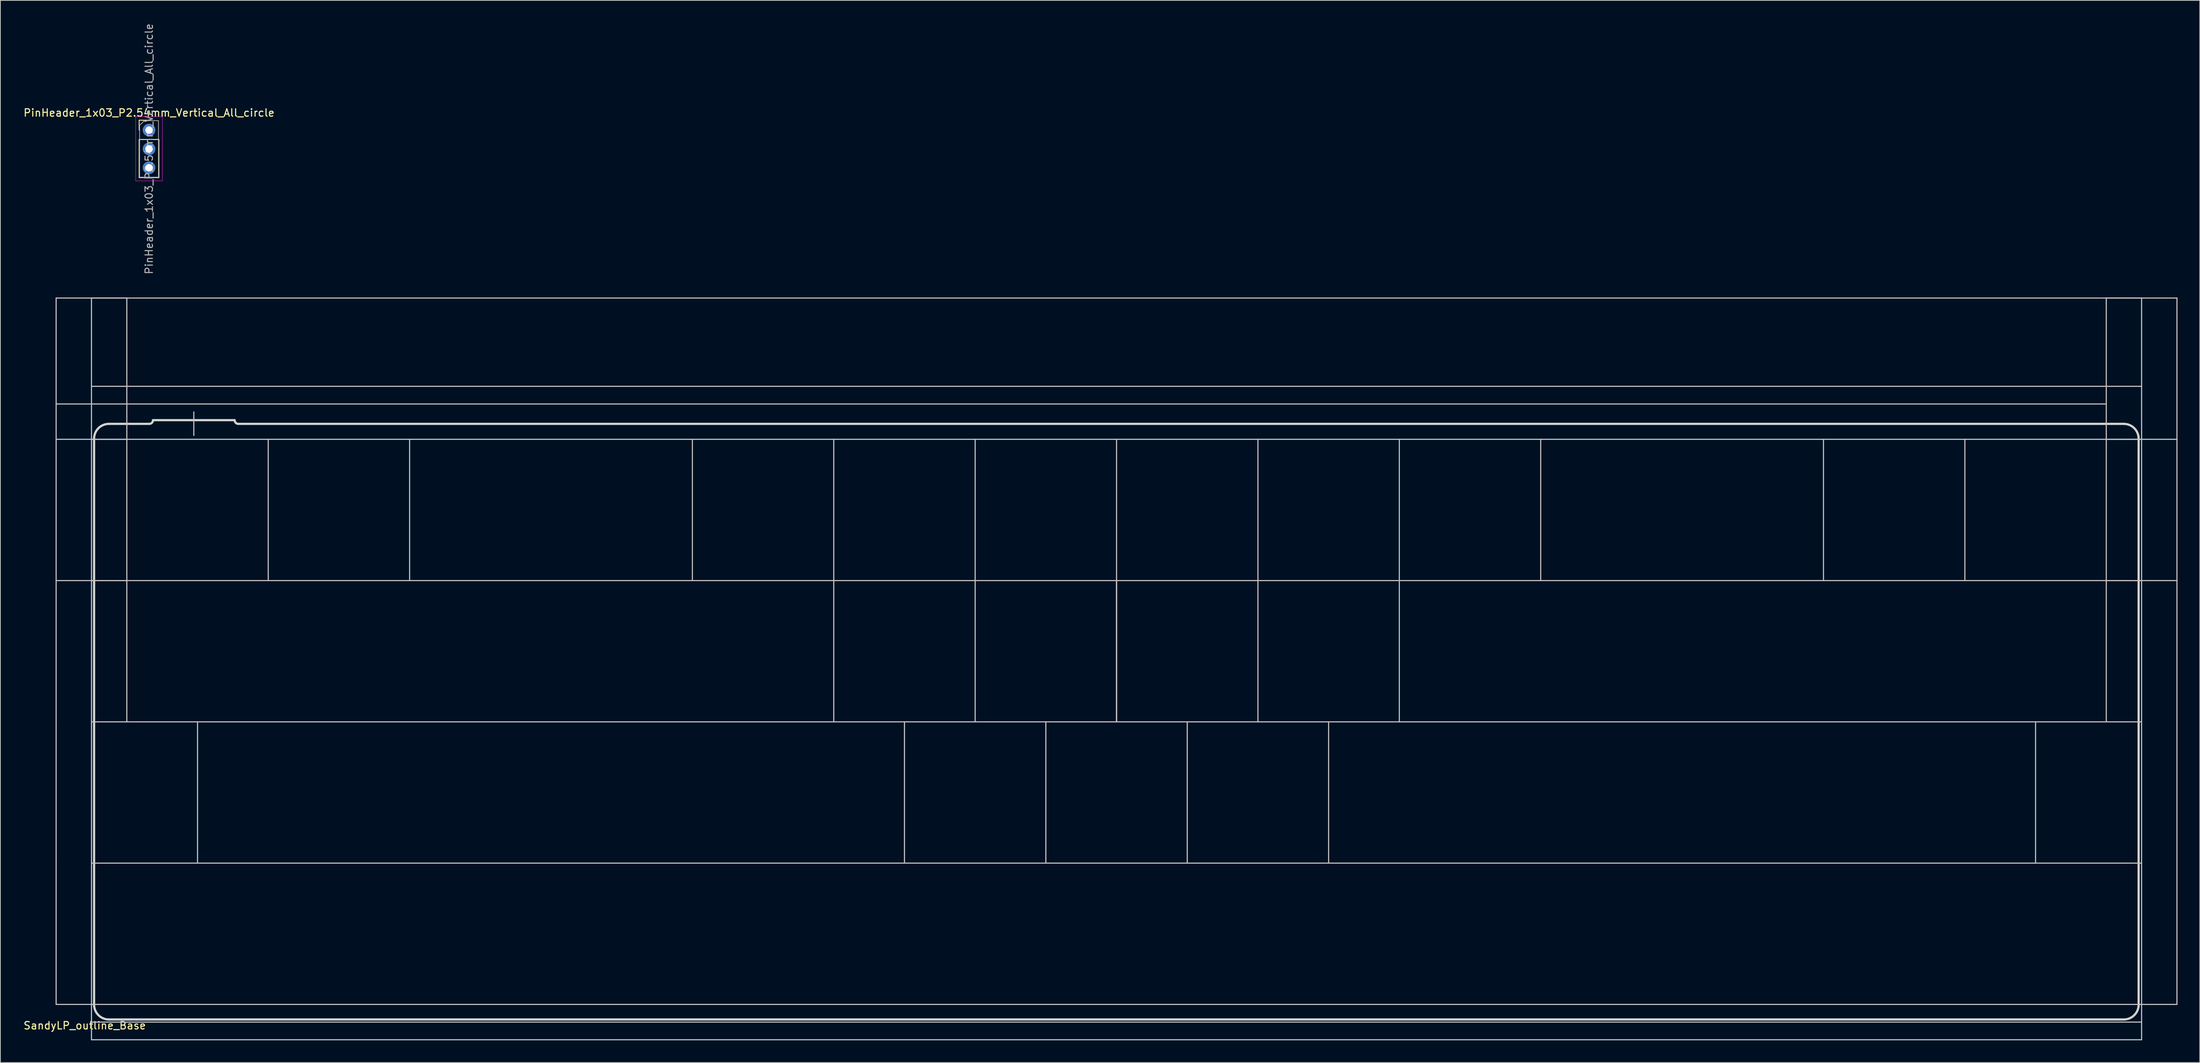
<source format=kicad_pcb>
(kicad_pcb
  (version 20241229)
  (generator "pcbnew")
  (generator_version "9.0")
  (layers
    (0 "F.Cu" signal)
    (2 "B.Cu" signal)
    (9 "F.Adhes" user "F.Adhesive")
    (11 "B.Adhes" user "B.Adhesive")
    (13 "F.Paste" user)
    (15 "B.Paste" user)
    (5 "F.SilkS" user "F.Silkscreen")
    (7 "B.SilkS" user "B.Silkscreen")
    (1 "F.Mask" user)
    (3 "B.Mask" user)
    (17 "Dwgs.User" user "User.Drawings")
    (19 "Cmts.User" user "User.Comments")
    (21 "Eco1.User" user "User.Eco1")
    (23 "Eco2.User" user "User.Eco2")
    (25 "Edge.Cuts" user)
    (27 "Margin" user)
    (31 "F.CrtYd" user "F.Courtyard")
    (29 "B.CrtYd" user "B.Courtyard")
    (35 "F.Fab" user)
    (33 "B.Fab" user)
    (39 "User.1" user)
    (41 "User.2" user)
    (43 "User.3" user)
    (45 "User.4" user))
  (footprint "PinHeader_1x03_P2.54mm_Vertical_All_circle"
    (layer "F.Cu")
    (at 17.03 14.49)
    (property "Reference" "PinHeader_1x03_P2.54mm_Vertical_All_circle" (at 0 -2.33 0) (layer "F.SilkS") (effects (font (size 1 1) (thickness 0.15))))
    (attr through_hole)
    (fp_line (start -1.33 -1.33) (end 0 -1.33) (stroke (width 0.12) (type solid)) (layer "F.SilkS"))
    (fp_line (start -1.33 0) (end -1.33 -1.33) (stroke (width 0.12) (type solid)) (layer "F.SilkS"))
    (fp_line (start -1.33 1.27) (end -1.33 6.41) (stroke (width 0.12) (type solid)) (layer "F.SilkS"))
    (fp_line (start -1.33 1.27) (end 1.33 1.27) (stroke (width 0.12) (type solid)) (layer "F.SilkS"))
    (fp_line (start -1.33 6.41) (end 1.33 6.41) (stroke (width 0.12) (type solid)) (layer "F.SilkS"))
    (fp_line (start 1.33 1.27) (end 1.33 6.41) (stroke (width 0.12) (type solid)) (layer "F.SilkS"))
    (fp_line (start -1.8 -1.8) (end -1.8 6.85) (stroke (width 0.05) (type solid)) (layer "F.CrtYd"))
    (fp_line (start -1.8 6.85) (end 1.8 6.85) (stroke (width 0.05) (type solid)) (layer "F.CrtYd"))
    (fp_line (start 1.8 -1.8) (end -1.8 -1.8) (stroke (width 0.05) (type solid)) (layer "F.CrtYd"))
    (fp_line (start 1.8 6.85) (end 1.8 -1.8) (stroke (width 0.05) (type solid)) (layer "F.CrtYd"))
    (fp_line (start -1.27 -0.635) (end -0.635 -1.27) (stroke (width 0.1) (type solid)) (layer "F.Fab"))
    (fp_line (start -1.27 6.35) (end -1.27 -0.635) (stroke (width 0.1) (type solid)) (layer "F.Fab"))
    (fp_line (start -0.635 -1.27) (end 1.27 -1.27) (stroke (width 0.1) (type solid)) (layer "F.Fab"))
    (fp_line (start 1.27 -1.27) (end 1.27 6.35) (stroke (width 0.1) (type solid)) (layer "F.Fab"))
    (fp_line (start 1.27 6.35) (end -1.27 6.35) (stroke (width 0.1) (type solid)) (layer "F.Fab"))
    (fp_text user "${REFERENCE}" (at 0 2.54 270) (layer "F.Fab") (effects (font (size 1 1) (thickness 0.15))))
    (pad "1" thru_hole circle (at 0 0) (size 1.7 1.7) (drill 1) (layers "*.Cu" "*.Mask"))
    (pad "2" thru_hole oval (at 0 2.54) (size 1.7 1.7) (drill 1) (layers "*.Cu" "*.Mask"))
    (pad "3" thru_hole oval (at 0 5.08) (size 1.7 1.7) (drill 1) (layers "*.Cu" "*.Mask")))
  (footprint "SandyLP_outline_Base"
    (layer "F.Cu")
    (at 147.388 103.81)
    (property "Reference" "SandyLP_outline_Base" (at -139.025 31.425 0) (layer "F.SilkS") (effects (font (size 1 1) (thickness 0.15))))
    (attr through_hole)
    (fp_line (start -142.875 -66.675) (end -133.35 -66.675) (stroke (width 0.15) (type solid)) (layer "Dwgs.User"))
    (fp_line (start -142.875 -47.625) (end -142.875 -66.675) (stroke (width 0.15) (type solid)) (layer "Dwgs.User"))
    (fp_line (start -142.875 -47.625) (end -133.35 -47.625) (stroke (width 0.15) (type solid)) (layer "Dwgs.User"))
    (fp_line (start -142.875 -28.575) (end -142.875 -47.625) (stroke (width 0.15) (type solid)) (layer "Dwgs.User"))
    (fp_line (start -142.875 -28.575) (end -133.35 -28.575) (stroke (width 0.15) (type solid)) (layer "Dwgs.User"))
    (fp_line (start -142.875 -9.525) (end -142.875 -28.575) (stroke (width 0.15) (type solid)) (layer "Dwgs.User"))
    (fp_line (start -142.875 9.525) (end -142.875 -9.525) (stroke (width 0.15) (type solid)) (layer "Dwgs.User"))
    (fp_line (start -142.875 28.575) (end -142.875 9.525) (stroke (width 0.15) (type solid)) (layer "Dwgs.User"))
    (fp_line (start -138.113 -47.625) (end -138.113 -66.675) (stroke (width 0.15) (type solid)) (layer "Dwgs.User"))
    (fp_line (start -138.113 -28.575) (end -138.113 -47.625) (stroke (width 0.15) (type solid)) (layer "Dwgs.User"))
    (fp_line (start -138.113 -9.525) (end -138.113 -28.575) (stroke (width 0.15) (type solid)) (layer "Dwgs.User"))
    (fp_line (start -138.113 9.525) (end -138.113 -9.525) (stroke (width 0.15) (type solid)) (layer "Dwgs.User"))
    (fp_line (start -138.113 28.575) (end -138.113 9.525) (stroke (width 0.15) (type solid)) (layer "Dwgs.User"))
    (fp_line (start -138.113 33.337) (end -138.113 28.575) (stroke (width 0.15) (type solid)) (layer "Dwgs.User"))
    (fp_line (start -133.35 -47.625) (end -133.35 -66.675) (stroke (width 0.15) (type solid)) (layer "Dwgs.User"))
    (fp_line (start -133.35 -28.575) (end -133.35 -47.625) (stroke (width 0.15) (type solid)) (layer "Dwgs.User"))
    (fp_line (start -133.35 -9.525) (end -133.35 -28.575) (stroke (width 0.15) (type solid)) (layer "Dwgs.User"))
    (fp_line (start -124.325 -51.306) (end -124.325 -48.156) (stroke (width 0.15) (type solid)) (layer "Dwgs.User"))
    (fp_line (start -123.825 9.525) (end -123.825 -9.525) (stroke (width 0.15) (type solid)) (layer "Dwgs.User"))
    (fp_line (start -114.3 -28.575) (end -114.3 -47.625) (stroke (width 0.15) (type solid)) (layer "Dwgs.User"))
    (fp_line (start -95.25 -28.575) (end -95.25 -47.625) (stroke (width 0.15) (type solid)) (layer "Dwgs.User"))
    (fp_line (start -57.15 -28.575) (end -57.15 -47.625) (stroke (width 0.15) (type solid)) (layer "Dwgs.User"))
    (fp_line (start -38.1 -28.575) (end -38.1 -47.625) (stroke (width 0.15) (type solid)) (layer "Dwgs.User"))
    (fp_line (start -38.1 -9.525) (end -38.1 -28.575) (stroke (width 0.15) (type solid)) (layer "Dwgs.User"))
    (fp_line (start -28.575 9.525) (end -28.575 -9.525) (stroke (width 0.15) (type solid)) (layer "Dwgs.User"))
    (fp_line (start -19.05 -28.575) (end -19.05 -47.625) (stroke (width 0.15) (type solid)) (layer "Dwgs.User"))
    (fp_line (start -19.05 -9.525) (end -19.05 -28.575) (stroke (width 0.15) (type solid)) (layer "Dwgs.User"))
    (fp_line (start -9.525 9.525) (end -9.525 -9.525) (stroke (width 0.15) (type solid)) (layer "Dwgs.User"))
    (fp_line (start 0 -28.575) (end 0 -47.625) (stroke (width 0.15) (type solid)) (layer "Dwgs.User"))
    (fp_line (start 0 -28.575) (end 0 -9.525) (stroke (width 0.15) (type solid)) (layer "Dwgs.User"))
    (fp_line (start 0 -9.525) (end 0 -28.575) (stroke (width 0.15) (type solid)) (layer "Dwgs.User"))
    (fp_line (start 0 -9.525) (end 0 -28.575) (stroke (width 0.15) (type solid)) (layer "Dwgs.User"))
    (fp_line (start 9.525 9.525) (end 9.525 -9.525) (stroke (width 0.15) (type solid)) (layer "Dwgs.User"))
    (fp_line (start 19.05 -28.575) (end 19.05 -47.625) (stroke (width 0.15) (type solid)) (layer "Dwgs.User"))
    (fp_line (start 19.05 -9.525) (end 19.05 -28.575) (stroke (width 0.15) (type solid)) (layer "Dwgs.User"))
    (fp_line (start 28.575 9.525) (end 28.575 -9.525) (stroke (width 0.15) (type solid)) (layer "Dwgs.User"))
    (fp_line (start 38.1 -28.575) (end 38.1 -47.625) (stroke (width 0.15) (type solid)) (layer "Dwgs.User"))
    (fp_line (start 38.1 -9.525) (end 38.1 -28.575) (stroke (width 0.15) (type solid)) (layer "Dwgs.User"))
    (fp_line (start 57.15 -28.575) (end 57.15 -47.625) (stroke (width 0.15) (type solid)) (layer "Dwgs.User"))
    (fp_line (start 95.25 -28.575) (end 95.25 -47.625) (stroke (width 0.15) (type solid)) (layer "Dwgs.User"))
    (fp_line (start 114.3 -28.575) (end 114.3 -47.625) (stroke (width 0.15) (type solid)) (layer "Dwgs.User"))
    (fp_line (start 123.825 9.525) (end 123.825 -9.525) (stroke (width 0.15) (type solid)) (layer "Dwgs.User"))
    (fp_line (start 133.35 -52.388) (end -142.875 -52.388) (stroke (width 0.15) (type solid)) (layer "Dwgs.User"))
    (fp_line (start 133.35 -47.625) (end 133.35 -66.675) (stroke (width 0.15) (type solid)) (layer "Dwgs.User"))
    (fp_line (start 133.35 -28.575) (end 133.35 -47.625) (stroke (width 0.15) (type solid)) (layer "Dwgs.User"))
    (fp_line (start 133.35 -9.525) (end 133.35 -28.575) (stroke (width 0.15) (type solid)) (layer "Dwgs.User"))
    (fp_line (start 138.113 -66.675) (end -138.113 -66.675) (stroke (width 0.15) (type solid)) (layer "Dwgs.User"))
    (fp_line (start 138.113 -54.769) (end -138.113 -54.769) (stroke (width 0.15) (type solid)) (layer "Dwgs.User"))
    (fp_line (start 138.113 -47.625) (end -138.113 -47.625) (stroke (width 0.15) (type solid)) (layer "Dwgs.User"))
    (fp_line (start 138.113 -47.625) (end 138.113 -66.675) (stroke (width 0.15) (type solid)) (layer "Dwgs.User"))
    (fp_line (start 138.113 -28.575) (end -138.113 -28.575) (stroke (width 0.15) (type solid)) (layer "Dwgs.User"))
    (fp_line (start 138.113 -28.575) (end 138.113 -47.625) (stroke (width 0.15) (type solid)) (layer "Dwgs.User"))
    (fp_line (start 138.113 -9.525) (end -138.113 -9.525) (stroke (width 0.15) (type solid)) (layer "Dwgs.User"))
    (fp_line (start 138.113 -9.525) (end 138.113 -28.575) (stroke (width 0.15) (type solid)) (layer "Dwgs.User"))
    (fp_line (start 138.113 9.525) (end -138.113 9.525) (stroke (width 0.15) (type solid)) (layer "Dwgs.User"))
    (fp_line (start 138.113 9.525) (end 138.113 -9.525) (stroke (width 0.15) (type solid)) (layer "Dwgs.User"))
    (fp_line (start 138.113 28.575) (end 138.113 9.525) (stroke (width 0.15) (type solid)) (layer "Dwgs.User"))
    (fp_line (start 138.113 30.956) (end -138.113 30.956) (stroke (width 0.15) (type solid)) (layer "Dwgs.User"))
    (fp_line (start 138.113 33.337) (end -138.113 33.337) (stroke (width 0.15) (type solid)) (layer "Dwgs.User"))
    (fp_line (start 138.113 33.337) (end 138.113 28.575) (stroke (width 0.15) (type solid)) (layer "Dwgs.User"))
    (fp_line (start 142.875 -66.675) (end 133.35 -66.675) (stroke (width 0.15) (type solid)) (layer "Dwgs.User"))
    (fp_line (start 142.875 -66.675) (end 142.875 -47.625) (stroke (width 0.15) (type solid)) (layer "Dwgs.User"))
    (fp_line (start 142.875 -47.625) (end 133.35 -47.625) (stroke (width 0.15) (type solid)) (layer "Dwgs.User"))
    (fp_line (start 142.875 -47.625) (end 142.875 -28.575) (stroke (width 0.15) (type solid)) (layer "Dwgs.User"))
    (fp_line (start 142.875 -28.575) (end 133.35 -28.575) (stroke (width 0.15) (type solid)) (layer "Dwgs.User"))
    (fp_line (start 142.875 -9.525) (end 142.875 -28.575) (stroke (width 0.15) (type solid)) (layer "Dwgs.User"))
    (fp_line (start 142.875 9.525) (end 142.875 -9.525) (stroke (width 0.15) (type solid)) (layer "Dwgs.User"))
    (fp_line (start 142.875 28.575) (end -142.875 28.575) (stroke (width 0.15) (type solid)) (layer "Dwgs.User"))
    (fp_line (start 142.875 28.575) (end 142.875 9.525) (stroke (width 0.15) (type solid)) (layer "Dwgs.User"))
    (fp_line (start -137.762 28.606) (end -137.762 -47.706) (stroke (width 0.3) (type solid)) (layer "Edge.Cuts"))
    (fp_line (start -135.762 -49.706) (end -130.325 -49.706) (stroke (width 0.3) (type solid)) (layer "Edge.Cuts"))
    (fp_line (start -129.825 -50.206) (end -118.825 -50.206) (stroke (width 0.3) (type solid)) (layer "Edge.Cuts"))
    (fp_line (start 135.713 -49.706) (end -118.325 -49.706) (stroke (width 0.3) (type solid)) (layer "Edge.Cuts"))
    (fp_line (start 135.713 30.606) (end -135.762 30.606) (stroke (width 0.3) (type solid)) (layer "Edge.Cuts"))
    (fp_line (start 137.713 28.606) (end 137.713 -47.706) (stroke (width 0.3) (type solid)) (layer "Edge.Cuts"))
    (fp_arc (start -137.7625 -47.70629) (mid -137.176714 -49.120504) (end -135.7625 -49.70629) (stroke (width 0.3) (type solid)) (layer "Edge.Cuts"))
    (fp_arc (start -135.7625 30.60621) (mid -137.176714 30.020424) (end -137.7625 28.60621) (stroke (width 0.3) (type solid)) (layer "Edge.Cuts"))
    (fp_arc (start -129.825 -50.20629) (mid -129.971447 -49.852737) (end -130.325 -49.70629) (stroke (width 0.3) (type solid)) (layer "Edge.Cuts"))
    (fp_arc (start -118.325 -49.70629) (mid -118.678553 -49.852737) (end -118.825 -50.20629) (stroke (width 0.3) (type solid)) (layer "Edge.Cuts"))
    (fp_arc (start 135.7125 -49.70629) (mid 137.126728 -49.120506) (end 137.7125 -47.70629) (stroke (width 0.3) (type solid)) (layer "Edge.Cuts"))
    (fp_arc (start 137.7125 28.60621) (mid 137.126728 30.020449) (end 135.7125 30.60621) (stroke (width 0.3) (type solid)) (layer "Edge.Cuts")))
  (gr_rect
    (start -3 -3)
    (end 293.338 140.222)
    (stroke (width 0.1) (type default))
    (fill no)
    (layer "Edge.Cuts")))
</source>
